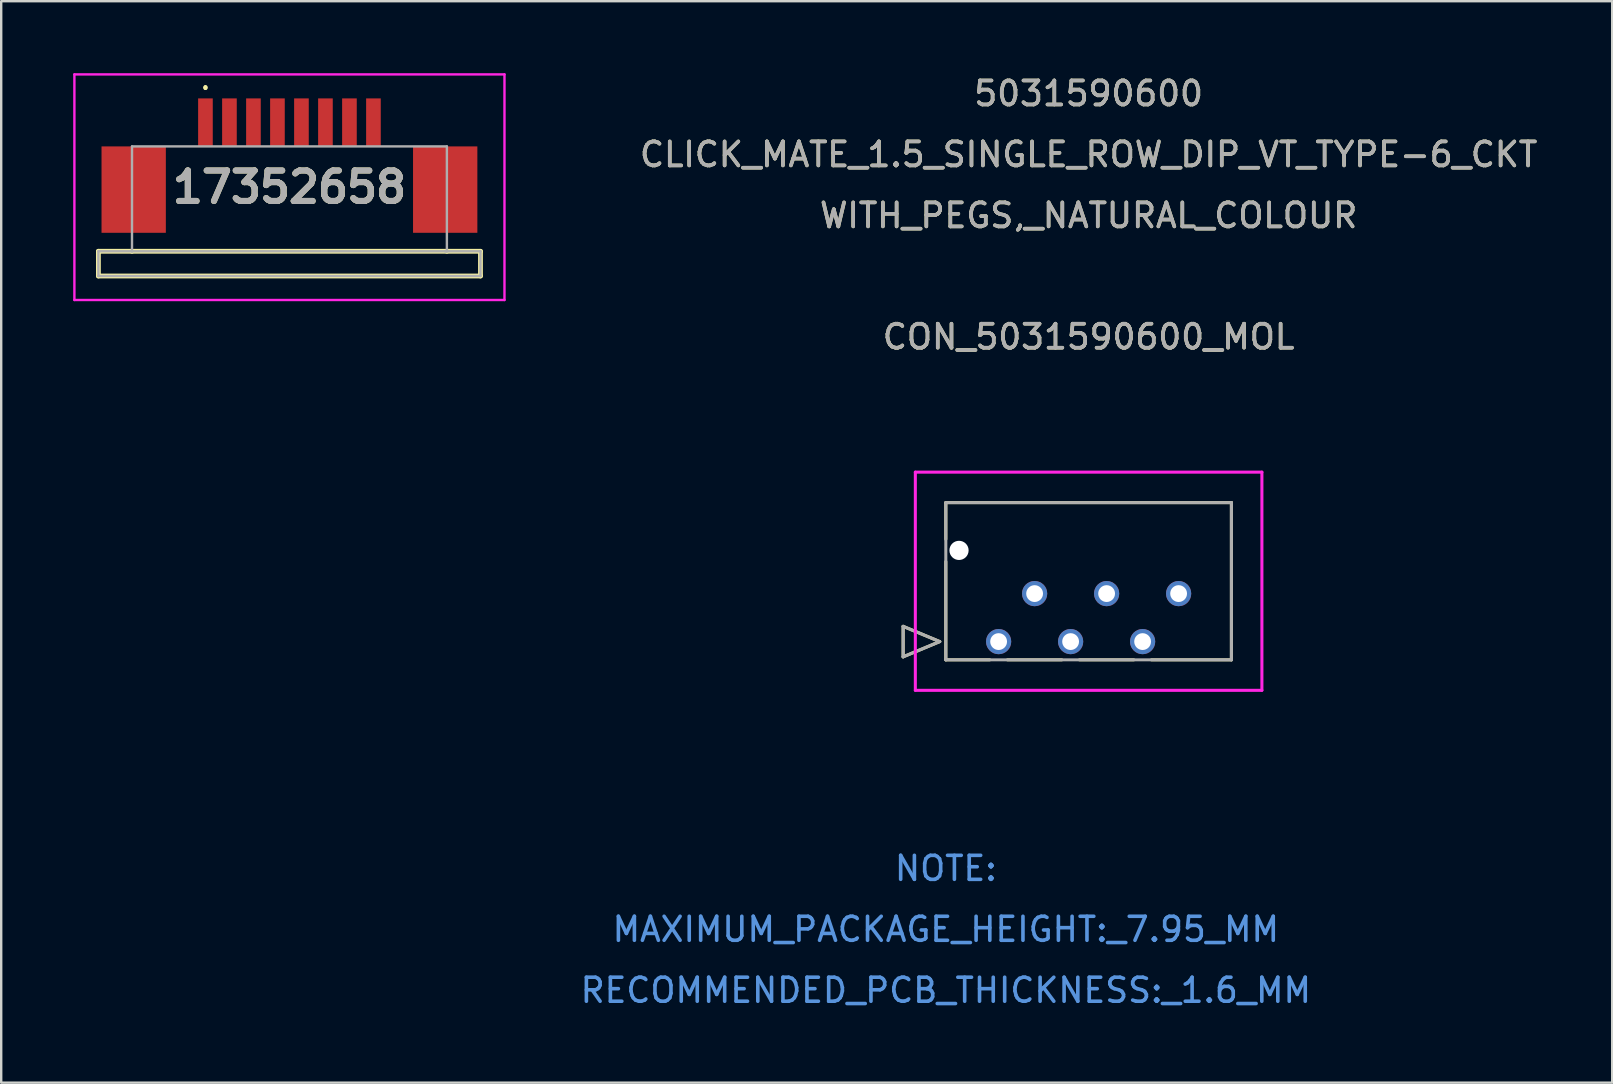
<source format=kicad_pcb>
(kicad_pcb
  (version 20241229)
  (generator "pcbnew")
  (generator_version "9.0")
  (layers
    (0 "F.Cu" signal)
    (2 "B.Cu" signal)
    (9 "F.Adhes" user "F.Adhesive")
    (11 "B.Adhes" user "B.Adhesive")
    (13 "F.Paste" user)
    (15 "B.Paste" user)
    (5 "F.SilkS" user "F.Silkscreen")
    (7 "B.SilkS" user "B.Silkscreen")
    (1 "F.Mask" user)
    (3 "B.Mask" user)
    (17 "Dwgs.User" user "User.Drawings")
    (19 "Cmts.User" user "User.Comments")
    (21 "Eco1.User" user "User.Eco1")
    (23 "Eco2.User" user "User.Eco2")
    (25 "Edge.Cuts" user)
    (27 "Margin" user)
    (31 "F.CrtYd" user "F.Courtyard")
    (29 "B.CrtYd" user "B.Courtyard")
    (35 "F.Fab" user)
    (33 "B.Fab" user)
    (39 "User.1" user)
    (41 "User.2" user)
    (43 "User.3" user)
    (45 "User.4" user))
  (footprint "17352658"
    (layer "F.Cu")
    (at 9.01 5.25)
    (property "Reference" "17352658" (at 0 -0.5 0) (layer "F.SilkS") (effects (font (size 1.27 1.27) (thickness 0.254))))
    (attr smd)
    (fp_line (start -7.96 2.17) (end -7.96 3.2) (stroke (width 0.2) (type solid)) (layer "F.SilkS"))
    (fp_line (start -7.96 3.2) (end 7.96 3.2) (stroke (width 0.2) (type solid)) (layer "F.SilkS"))
    (fp_line (start -6.56 2.17) (end -7.96 2.17) (stroke (width 0.2) (type solid)) (layer "F.SilkS"))
    (fp_line (start -6.56 2.17) (end 6.56 2.17) (stroke (width 0.2) (type solid)) (layer "F.SilkS"))
    (fp_line (start -3.5 -4.7) (end -3.5 -4.7) (stroke (width 0.1) (type solid)) (layer "F.SilkS"))
    (fp_line (start -3.5 -4.6) (end -3.5 -4.6) (stroke (width 0.1) (type solid)) (layer "F.SilkS"))
    (fp_line (start 7.96 2.17) (end 6.56 2.17) (stroke (width 0.2) (type solid)) (layer "F.SilkS"))
    (fp_line (start 7.96 3.2) (end 7.96 2.17) (stroke (width 0.2) (type solid)) (layer "F.SilkS"))
    (fp_arc (start -3.5 -4.7) (mid -3.45 -4.65) (end -3.5 -4.6) (stroke (width 0.1) (type solid)) (layer "F.SilkS"))
    (fp_arc (start -3.5 -4.6) (mid -3.55 -4.65) (end -3.5 -4.7) (stroke (width 0.1) (type solid)) (layer "F.SilkS"))
    (fp_line (start -8.96 -5.2) (end 8.96 -5.2) (stroke (width 0.1) (type solid)) (layer "F.CrtYd"))
    (fp_line (start -8.96 4.2) (end -8.96 -5.2) (stroke (width 0.1) (type solid)) (layer "F.CrtYd"))
    (fp_line (start 8.96 -5.2) (end 8.96 4.2) (stroke (width 0.1) (type solid)) (layer "F.CrtYd"))
    (fp_line (start 8.96 4.2) (end -8.96 4.2) (stroke (width 0.1) (type solid)) (layer "F.CrtYd"))
    (fp_line (start -7.96 2.17) (end -7.96 3.2) (stroke (width 0.1) (type solid)) (layer "F.Fab"))
    (fp_line (start -7.96 3.2) (end 7.96 3.2) (stroke (width 0.1) (type solid)) (layer "F.Fab"))
    (fp_line (start -6.56 -2.2) (end 6.56 -2.2) (stroke (width 0.1) (type solid)) (layer "F.Fab"))
    (fp_line (start -6.56 2.17) (end -7.96 2.17) (stroke (width 0.1) (type solid)) (layer "F.Fab"))
    (fp_line (start -6.56 2.17) (end -6.56 -2.2) (stroke (width 0.1) (type solid)) (layer "F.Fab"))
    (fp_line (start 6.56 -2.2) (end 6.56 2.17) (stroke (width 0.1) (type solid)) (layer "F.Fab"))
    (fp_line (start 6.56 2.17) (end -6.56 2.17) (stroke (width 0.1) (type solid)) (layer "F.Fab"))
    (fp_line (start 7.96 2.17) (end 6.49 2.17) (stroke (width 0.1) (type solid)) (layer "F.Fab"))
    (fp_line (start 7.96 3.2) (end 7.96 2.17) (stroke (width 0.1) (type solid)) (layer "F.Fab"))
    (fp_text user "${REFERENCE}" (at 0 -0.5 0) (layer "F.Fab") (effects (font (size 1.27 1.27) (thickness 0.254))))
    (pad "1" smd rect (at -3.5 -3.2) (size 0.61 2) (layers "F.Cu" "F.Mask" "F.Paste"))
    (pad "2" smd rect (at -2.5 -3.2) (size 0.61 2) (layers "F.Cu" "F.Mask" "F.Paste"))
    (pad "3" smd rect (at -1.5 -3.2) (size 0.61 2) (layers "F.Cu" "F.Mask" "F.Paste"))
    (pad "4" smd rect (at -0.5 -3.2) (size 0.61 2) (layers "F.Cu" "F.Mask" "F.Paste"))
    (pad "5" smd rect (at 0.5 -3.2) (size 0.61 2) (layers "F.Cu" "F.Mask" "F.Paste"))
    (pad "6" smd rect (at 1.5 -3.2) (size 0.61 2) (layers "F.Cu" "F.Mask" "F.Paste"))
    (pad "7" smd rect (at 2.5 -3.2) (size 0.61 2) (layers "F.Cu" "F.Mask" "F.Paste"))
    (pad "8" smd rect (at 3.5 -3.2) (size 0.61 2) (layers "F.Cu" "F.Mask" "F.Paste"))
    (pad "MP1" smd rect (at -6.49 -0.4) (size 2.68 3.6) (layers "F.Cu" "F.Mask" "F.Paste"))
    (pad "MP2" smd rect (at 6.49 -0.4) (size 2.68 3.6) (layers "F.Cu" "F.Mask" "F.Paste")))
  (footprint "CON_5031590600_MOL"
    (layer "F.Cu")
    (at 38.559 23.683)
    (property "Reference" "CON_5031590600_MOL" (at 3.75 -12.7 0) (unlocked yes) (layer "F.SilkS") (effects (font (size 1 1) (thickness 0.15))))
    (attr through_hole)
    (fp_line (start -3.978 -0.635) (end -2.454 0) (stroke (width 0.127) (type solid)) (layer "F.SilkS"))
    (fp_line (start -3.978 0.635) (end -3.978 -0.635) (stroke (width 0.127) (type solid)) (layer "F.SilkS"))
    (fp_line (start -2.454 0) (end -3.978 0.635) (stroke (width 0.127) (type solid)) (layer "F.SilkS"))
    (fp_line (start -2.2 -5.79) (end -2.2 -4.265) (stroke (width 0.127) (type solid)) (layer "F.SilkS"))
    (fp_line (start -2.2 -3.335) (end -2.2 0.76) (stroke (width 0.127) (type solid)) (layer "F.SilkS"))
    (fp_line (start -2.2 0.76) (end -0.369 0.76) (stroke (width 0.127) (type solid)) (layer "F.SilkS"))
    (fp_line (start 0.369 0.76) (end 2.631 0.76) (stroke (width 0.127) (type solid)) (layer "F.SilkS"))
    (fp_line (start 3.369 0.76) (end 5.631 0.76) (stroke (width 0.127) (type solid)) (layer "F.SilkS"))
    (fp_line (start 6.369 0.76) (end 9.7 0.76) (stroke (width 0.127) (type solid)) (layer "F.SilkS"))
    (fp_line (start 9.7 -5.79) (end -2.2 -5.79) (stroke (width 0.127) (type solid)) (layer "F.SilkS"))
    (fp_line (start 9.7 0.76) (end 9.7 -5.79) (stroke (width 0.127) (type solid)) (layer "F.SilkS"))
    (fp_line (start -3.47 -7.06) (end -3.47 2.03) (stroke (width 0.127) (type solid)) (layer "F.CrtYd"))
    (fp_line (start -3.47 2.03) (end 10.97 2.03) (stroke (width 0.127) (type solid)) (layer "F.CrtYd"))
    (fp_line (start 10.97 -7.06) (end -3.47 -7.06) (stroke (width 0.127) (type solid)) (layer "F.CrtYd"))
    (fp_line (start 10.97 2.03) (end 10.97 -7.06) (stroke (width 0.127) (type solid)) (layer "F.CrtYd"))
    (fp_line (start -3.978 -0.635) (end -2.454 0) (stroke (width 0.127) (type solid)) (layer "F.Fab"))
    (fp_line (start -3.978 0.635) (end -3.978 -0.635) (stroke (width 0.127) (type solid)) (layer "F.Fab"))
    (fp_line (start -2.454 0) (end -3.978 0.635) (stroke (width 0.127) (type solid)) (layer "F.Fab"))
    (fp_line (start -2.2 -5.79) (end -2.2 0.76) (stroke (width 0.127) (type solid)) (layer "F.Fab"))
    (fp_line (start -2.2 0.76) (end 9.7 0.76) (stroke (width 0.127) (type solid)) (layer "F.Fab"))
    (fp_line (start 9.7 -5.79) (end -2.2 -5.79) (stroke (width 0.127) (type solid)) (layer "F.Fab"))
    (fp_line (start 9.7 0.76) (end 9.7 -5.79) (stroke (width 0.127) (type solid)) (layer "F.Fab"))
    (fp_text user "5031590600" (at 3.75 -22.835 0) (unlocked yes) (layer "F.SilkS") (effects (font (size 1 1) (thickness 0.15))))
    (fp_text user "CLICK_MATE_1.5_SINGLE_ROW_DIP_VT_TYPE-6_CKT" (at 3.75 -20.295 0) (unlocked yes) (layer "F.SilkS") (effects (font (size 1 1) (thickness 0.15))))
    (fp_text user "WITH_PEGS,_NATURAL_COLOUR" (at 3.75 -17.755 0) (unlocked yes) (layer "F.SilkS") (effects (font (size 1 1) (thickness 0.15))))
    (fp_text user "NOTE:" (at -2.2 9.45 0) (unlocked yes) (layer "Cmts.User") (effects (font (size 1 1) (thickness 0.15))))
    (fp_text user "RECOMMENDED_PCB_THICKNESS:_1.6_MM" (at -2.2 14.53 0) (unlocked yes) (layer "Cmts.User") (effects (font (size 1 1) (thickness 0.15))))
    (fp_text user "MAXIMUM_PACKAGE_HEIGHT:_7.95_MM" (at -2.2 11.99 0) (unlocked yes) (layer "Cmts.User") (effects (font (size 1 1) (thickness 0.15))))
    (fp_text user "${REFERENCE}" (at 3.75 -12.7 0) (unlocked yes) (layer "F.Fab") (effects (font (size 1 1) (thickness 0.15))))
    (fp_text user "WITH_PEGS,_NATURAL_COLOUR" (at 3.75 -17.755 0) (unlocked yes) (layer "F.Fab") (effects (font (size 1 1) (thickness 0.15))))
    (fp_text user "5031590600" (at 3.75 -22.835 0) (unlocked yes) (layer "F.Fab") (effects (font (size 1 1) (thickness 0.15))))
    (fp_text user "CLICK_MATE_1.5_SINGLE_ROW_DIP_VT_TYPE-6_CKT" (at 3.75 -20.295 0) (unlocked yes) (layer "F.Fab") (effects (font (size 1 1) (thickness 0.15))))
    (pad "" np_thru_hole circle (at -1.65 -3.8) (size 0.8 0.8) (drill 0.8) (layers "*.Cu" "*.Mask"))
    (pad "1" thru_hole circle (at 0 0 90) (size 1.05 1.05) (drill 0.7) (layers "*.Cu" "*.Mask"))
    (pad "2" thru_hole circle (at 1.5 -2 90) (size 1.05 1.05) (drill 0.7) (layers "*.Cu" "*.Mask"))
    (pad "3" thru_hole circle (at 3 0 90) (size 1.05 1.05) (drill 0.7) (layers "*.Cu" "*.Mask"))
    (pad "4" thru_hole circle (at 4.5 -2 90) (size 1.05 1.05) (drill 0.7) (layers "*.Cu" "*.Mask"))
    (pad "5" thru_hole circle (at 6 0 90) (size 1.05 1.05) (drill 0.7) (layers "*.Cu" "*.Mask"))
    (pad "6" thru_hole circle (at 7.5 -2 90) (size 1.05 1.05) (drill 0.7) (layers "*.Cu" "*.Mask")))
  (gr_rect
    (start -3 -3)
    (end 64.125 42.062)
    (stroke (width 0.1) (type default))
    (fill no)
    (layer "Edge.Cuts")))
</source>
